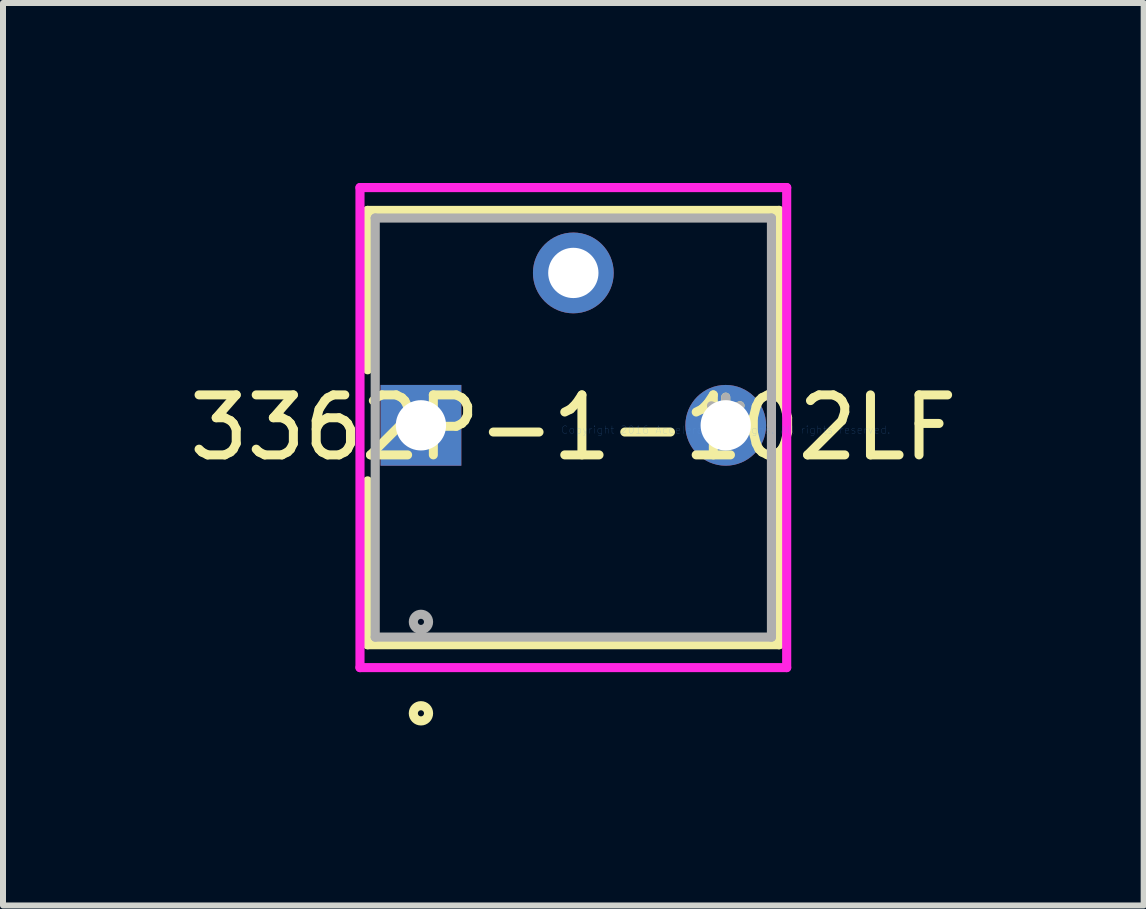
<source format=kicad_pcb>
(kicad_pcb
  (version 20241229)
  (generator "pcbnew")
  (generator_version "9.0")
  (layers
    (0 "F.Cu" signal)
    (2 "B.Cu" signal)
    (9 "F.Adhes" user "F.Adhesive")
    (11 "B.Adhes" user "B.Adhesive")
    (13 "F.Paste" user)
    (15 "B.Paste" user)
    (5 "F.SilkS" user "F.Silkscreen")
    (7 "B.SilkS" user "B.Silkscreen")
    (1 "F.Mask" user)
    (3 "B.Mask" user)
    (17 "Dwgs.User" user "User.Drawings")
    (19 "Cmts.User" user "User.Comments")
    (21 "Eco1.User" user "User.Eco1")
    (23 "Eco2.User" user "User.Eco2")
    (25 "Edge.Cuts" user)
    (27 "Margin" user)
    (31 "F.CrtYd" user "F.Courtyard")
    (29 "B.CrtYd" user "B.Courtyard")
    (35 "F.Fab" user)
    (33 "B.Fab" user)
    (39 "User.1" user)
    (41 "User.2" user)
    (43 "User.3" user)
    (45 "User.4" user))
  (footprint "3362P-1-102LF"
    (layer "F.Cu")
    (at 9.046 4.115)
    (property "Reference" "3362P-1-102LF" (at -2.54 -0.038 0) (layer "F.SilkS") (effects (font (size 1 1) (thickness 0.15))))
    (attr through_hole)
    (fp_line (start -5.969 -3.658) (end -5.969 -1.002) (stroke (width 0.152) (type solid)) (layer "F.SilkS"))
    (fp_line (start -5.969 0.85) (end -5.969 3.581) (stroke (width 0.152) (type solid)) (layer "F.SilkS"))
    (fp_line (start -5.969 3.581) (end 0.889 3.581) (stroke (width 0.152) (type solid)) (layer "F.SilkS"))
    (fp_line (start 0.889 -3.658) (end -5.969 -3.658) (stroke (width 0.152) (type solid)) (layer "F.SilkS"))
    (fp_line (start 0.889 -0.547) (end 0.889 -3.658) (stroke (width 0.152) (type solid)) (layer "F.SilkS"))
    (fp_line (start 0.889 3.581) (end 0.889 0.394) (stroke (width 0.152) (type solid)) (layer "F.SilkS"))
    (fp_circle (center -5.08 4.724) (end -4.953 4.724) (stroke (width 0.152) (type solid)) (fill no) (layer "F.SilkS"))
    (fp_line (start -6.096 -4.039) (end 1.016 -4.039) (stroke (width 0.152) (type solid)) (layer "F.CrtYd"))
    (fp_line (start -6.096 3.962) (end -6.096 -4.039) (stroke (width 0.152) (type solid)) (layer "F.CrtYd"))
    (fp_line (start 1.016 -4.039) (end 1.016 3.962) (stroke (width 0.152) (type solid)) (layer "F.CrtYd"))
    (fp_line (start 1.016 3.962) (end -6.096 3.962) (stroke (width 0.152) (type solid)) (layer "F.CrtYd"))
    (fp_line (start -5.842 -3.531) (end -5.842 3.454) (stroke (width 0.152) (type solid)) (layer "F.Fab"))
    (fp_line (start -5.842 3.454) (end 0.762 3.454) (stroke (width 0.152) (type solid)) (layer "F.Fab"))
    (fp_line (start 0.762 -3.531) (end -5.842 -3.531) (stroke (width 0.152) (type solid)) (layer "F.Fab"))
    (fp_line (start 0.762 3.454) (end 0.762 -3.531) (stroke (width 0.152) (type solid)) (layer "F.Fab"))
    (fp_circle (center -5.08 3.2) (end -4.953 3.2) (stroke (width 0.152) (type solid)) (fill no) (layer "F.Fab"))
    (fp_text user "*" (at 0 0 0) (layer "F.SilkS") (effects (font (size 1 1) (thickness 0.15))))
    (fp_text user "Copyright 2016 Accelerated Designs. All rights reserved." (at 0 0 0) (layer "Cmts.User") (effects (font (size 0.127 0.127) (thickness 0.002))))
    (fp_text user "*" (at 0 0 0) (layer "F.Fab") (effects (font (size 1 1) (thickness 0.15))))
    (pad "1" thru_hole rect (at -5.08 -0.076) (size 1.346 1.346) (drill 0.838) (layers "*.Cu" "*.Mask"))
    (pad "2" thru_hole circle (at -2.54 -2.616) (size 1.346 1.346) (drill 0.838) (layers "*.Cu" "*.Mask"))
    (pad "3" thru_hole circle (at 0 -0.076) (size 1.346 1.346) (drill 0.838) (layers "*.Cu" "*.Mask")))
  (gr_rect
    (start -3 -3)
    (end 16.012 12.042)
    (stroke (width 0.1) (type default))
    (fill no)
    (layer "Edge.Cuts")))
</source>
